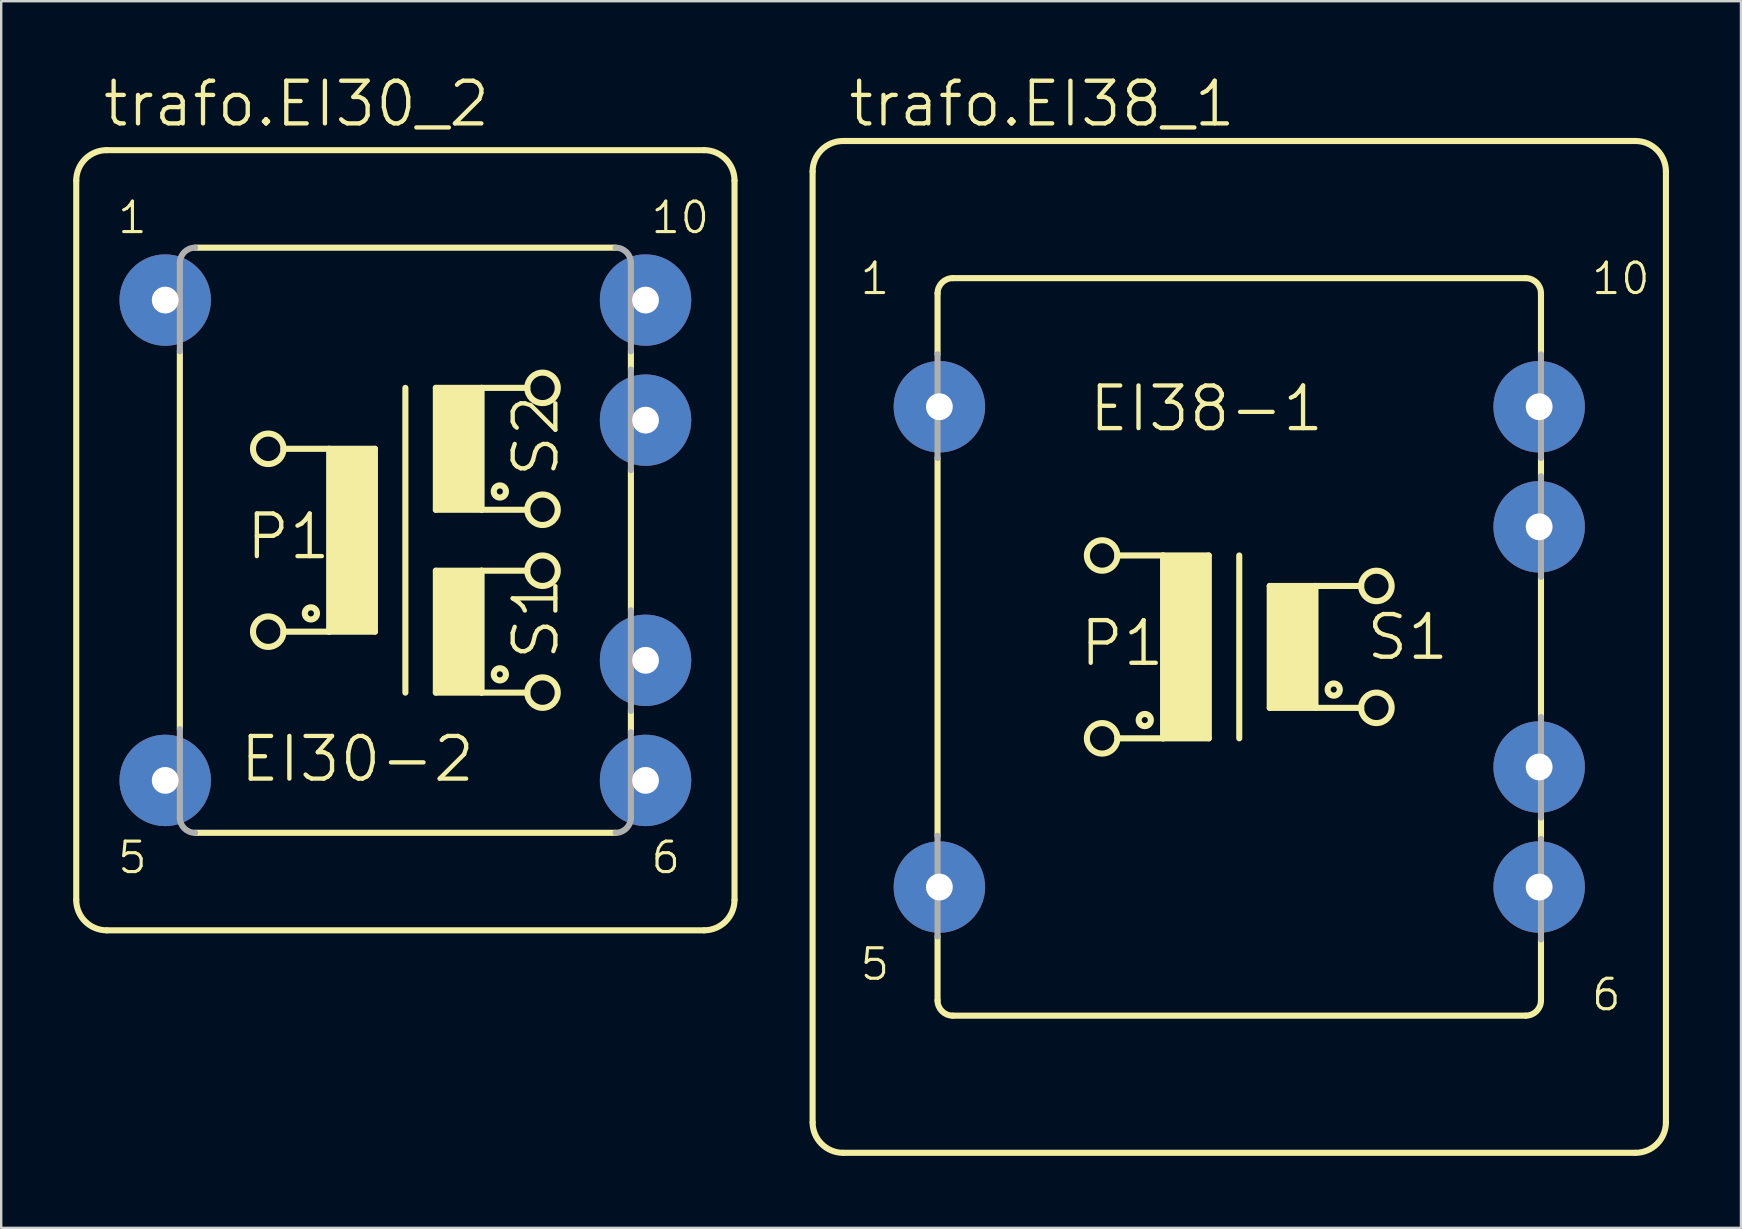
<source format=kicad_pcb>
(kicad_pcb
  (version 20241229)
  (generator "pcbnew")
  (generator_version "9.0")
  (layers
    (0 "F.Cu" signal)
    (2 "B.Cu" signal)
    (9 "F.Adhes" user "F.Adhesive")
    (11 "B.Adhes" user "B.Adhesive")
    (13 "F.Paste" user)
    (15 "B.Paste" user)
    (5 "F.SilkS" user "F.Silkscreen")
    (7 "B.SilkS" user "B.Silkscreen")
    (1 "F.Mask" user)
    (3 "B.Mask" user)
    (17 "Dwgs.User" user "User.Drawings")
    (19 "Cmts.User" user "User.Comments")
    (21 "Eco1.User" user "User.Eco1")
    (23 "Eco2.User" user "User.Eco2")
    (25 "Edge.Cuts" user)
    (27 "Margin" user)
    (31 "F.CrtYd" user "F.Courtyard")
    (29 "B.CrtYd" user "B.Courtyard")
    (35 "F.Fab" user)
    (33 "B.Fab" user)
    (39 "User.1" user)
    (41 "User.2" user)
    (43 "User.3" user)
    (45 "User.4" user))
  (footprint "trafo.EI30_2"
    (layer "F.Cu")
    (at 13.843 19.463)
    (property "Reference" "trafo.EI30_2" (at -12.7 -17.145 0) (layer "F.SilkS") (effects (font (size 1.778 1.778) (thickness 0.18)) (justify left bottom)))
    (attr through_hole)
    (fp_line (start -13.716 14.986) (end -13.716 -14.986) (stroke (width 0.254) (type default)) (layer "F.SilkS"))
    (fp_line (start -12.446 -16.256) (end 12.446 -16.256) (stroke (width 0.254) (type default)) (layer "F.SilkS"))
    (fp_line (start -9.398 7.874) (end -9.398 -7.874) (stroke (width 0.254) (type default)) (layer "F.SilkS"))
    (fp_line (start -8.763 12.192) (end 8.763 12.192) (stroke (width 0.254) (type default)) (layer "F.SilkS"))
    (fp_line (start -5.08 -3.81) (end -3.175 -3.81) (stroke (width 0.254) (type default)) (layer "F.SilkS"))
    (fp_line (start -3.175 -3.81) (end -3.175 3.81) (stroke (width 0.254) (type default)) (layer "F.SilkS"))
    (fp_line (start -3.175 -3.81) (end -1.27 -3.81) (stroke (width 0.254) (type default)) (layer "F.SilkS"))
    (fp_line (start -3.175 3.81) (end -5.08 3.81) (stroke (width 0.254) (type default)) (layer "F.SilkS"))
    (fp_line (start -1.27 -3.81) (end -1.27 3.81) (stroke (width 0.254) (type default)) (layer "F.SilkS"))
    (fp_line (start -1.27 3.81) (end -3.175 3.81) (stroke (width 0.254) (type default)) (layer "F.SilkS"))
    (fp_line (start 0 -6.35) (end 0 6.35) (stroke (width 0.254) (type default)) (layer "F.SilkS"))
    (fp_line (start 1.27 -6.35) (end 1.27 -1.27) (stroke (width 0.254) (type default)) (layer "F.SilkS"))
    (fp_line (start 1.27 -6.35) (end 3.175 -6.35) (stroke (width 0.254) (type default)) (layer "F.SilkS"))
    (fp_line (start 1.27 -1.27) (end 3.175 -1.27) (stroke (width 0.254) (type default)) (layer "F.SilkS"))
    (fp_line (start 1.27 1.27) (end 1.27 6.35) (stroke (width 0.254) (type default)) (layer "F.SilkS"))
    (fp_line (start 1.27 1.27) (end 3.175 1.27) (stroke (width 0.254) (type default)) (layer "F.SilkS"))
    (fp_line (start 1.27 6.35) (end 3.175 6.35) (stroke (width 0.254) (type default)) (layer "F.SilkS"))
    (fp_line (start 3.175 -6.35) (end 5.08 -6.35) (stroke (width 0.254) (type default)) (layer "F.SilkS"))
    (fp_line (start 3.175 -1.27) (end 3.175 -6.35) (stroke (width 0.254) (type default)) (layer "F.SilkS"))
    (fp_line (start 3.175 -1.27) (end 5.08 -1.27) (stroke (width 0.254) (type default)) (layer "F.SilkS"))
    (fp_line (start 3.175 1.27) (end 5.08 1.27) (stroke (width 0.254) (type default)) (layer "F.SilkS"))
    (fp_line (start 3.175 6.35) (end 3.175 1.27) (stroke (width 0.254) (type default)) (layer "F.SilkS"))
    (fp_line (start 3.175 6.35) (end 5.08 6.35) (stroke (width 0.254) (type default)) (layer "F.SilkS"))
    (fp_line (start 8.763 -12.192) (end -8.763 -12.192) (stroke (width 0.254) (type default)) (layer "F.SilkS"))
    (fp_line (start 9.398 -7.112) (end 9.398 -7.874) (stroke (width 0.254) (type default)) (layer "F.SilkS"))
    (fp_line (start 9.398 2.921) (end 9.398 -2.921) (stroke (width 0.254) (type default)) (layer "F.SilkS"))
    (fp_line (start 9.398 8.001) (end 9.398 7.112) (stroke (width 0.254) (type default)) (layer "F.SilkS"))
    (fp_line (start 12.446 16.256) (end -12.446 16.256) (stroke (width 0.254) (type default)) (layer "F.SilkS"))
    (fp_line (start 13.716 -14.986) (end 13.716 14.986) (stroke (width 0.254) (type default)) (layer "F.SilkS"))
    (fp_rect (start -3.175 3.81) (end -1.27 -3.81) (stroke (width 0.05) (type default)) (fill yes) (layer "F.SilkS"))
    (fp_rect (start 1.27 -1.27) (end 3.175 -6.35) (stroke (width 0.05) (type default)) (fill yes) (layer "F.SilkS"))
    (fp_rect (start 1.27 6.35) (end 3.175 1.27) (stroke (width 0.05) (type default)) (fill yes) (layer "F.SilkS"))
    (fp_arc (start -13.716 -14.986) (mid -13.344026 -15.884026) (end -12.446 -16.256) (stroke (width 0.254) (type default)) (layer "F.SilkS"))
    (fp_arc (start -12.446 16.256) (mid -13.344026 15.884026) (end -13.716 14.986) (stroke (width 0.254) (type default)) (layer "F.SilkS"))
    (fp_arc (start 12.446 -16.256) (mid 13.344026 -15.884026) (end 13.716 -14.986) (stroke (width 0.254) (type default)) (layer "F.SilkS"))
    (fp_arc (start 13.716 14.986) (mid 13.344026 15.884026) (end 12.446 16.256) (stroke (width 0.254) (type default)) (layer "F.SilkS"))
    (fp_circle (center -5.715 -3.81) (end -5.08 -3.81) (stroke (width 0.254) (type default)) (fill no) (layer "F.SilkS"))
    (fp_circle (center -5.715 3.81) (end -5.08 3.81) (stroke (width 0.254) (type default)) (fill no) (layer "F.SilkS"))
    (fp_circle (center -3.937 3.048) (end -3.683 3.048) (stroke (width 0.254) (type default)) (fill no) (layer "F.SilkS"))
    (fp_circle (center 3.937 -2.032) (end 4.191 -2.032) (stroke (width 0.254) (type default)) (fill no) (layer "F.SilkS"))
    (fp_circle (center 3.937 5.588) (end 4.191 5.588) (stroke (width 0.254) (type default)) (fill no) (layer "F.SilkS"))
    (fp_circle (center 5.715 -6.35) (end 6.35 -6.35) (stroke (width 0.254) (type default)) (fill no) (layer "F.SilkS"))
    (fp_circle (center 5.715 -1.27) (end 6.35 -1.27) (stroke (width 0.254) (type default)) (fill no) (layer "F.SilkS"))
    (fp_circle (center 5.715 1.27) (end 6.35 1.27) (stroke (width 0.254) (type default)) (fill no) (layer "F.SilkS"))
    (fp_circle (center 5.715 6.35) (end 6.35 6.35) (stroke (width 0.254) (type default)) (fill no) (layer "F.SilkS"))
    (fp_line (start -9.398 -7.874) (end -9.398 -11.557) (stroke (width 0.254) (type default)) (layer "F.Fab"))
    (fp_line (start -9.398 11.557) (end -9.398 7.874) (stroke (width 0.254) (type default)) (layer "F.Fab"))
    (fp_line (start 9.398 -11.557) (end 9.398 -7.874) (stroke (width 0.254) (type default)) (layer "F.Fab"))
    (fp_line (start 9.398 -7.112) (end 9.398 -2.921) (stroke (width 0.254) (type default)) (layer "F.Fab"))
    (fp_line (start 9.398 2.921) (end 9.398 7.112) (stroke (width 0.254) (type default)) (layer "F.Fab"))
    (fp_line (start 9.398 8.001) (end 9.398 11.557) (stroke (width 0.254) (type default)) (layer "F.Fab"))
    (fp_arc (start -9.398 -11.557) (mid -9.212013 -12.006013) (end -8.763 -12.192) (stroke (width 0.254) (type default)) (layer "F.Fab"))
    (fp_arc (start -8.763 12.192) (mid -9.212013 12.006013) (end -9.398 11.557) (stroke (width 0.254) (type default)) (layer "F.Fab"))
    (fp_arc (start 8.763 -12.192) (mid 9.212013 -12.006013) (end 9.398 -11.557) (stroke (width 0.254) (type default)) (layer "F.Fab"))
    (fp_arc (start 9.398 11.557) (mid 9.212013 12.006013) (end 8.763 12.192) (stroke (width 0.254) (type default)) (layer "F.Fab"))
    (fp_text user "P1" (at -6.731 0.889 0) (layer "F.SilkS") (effects (font (size 1.778 1.778) (thickness 0.18)) (justify left bottom)))
    (fp_text user "S1" (at 6.477 5.08 90) (layer "F.SilkS") (effects (font (size 1.778 1.778) (thickness 0.18)) (justify left bottom)))
    (fp_text user "5" (at -12.065 13.97 0) (layer "F.SilkS") (effects (font (size 1.27 1.27) (thickness 0.13)) (justify left bottom)))
    (fp_text user "1" (at -12.065 -12.7 0) (layer "F.SilkS") (effects (font (size 1.27 1.27) (thickness 0.13)) (justify left bottom)))
    (fp_text user "S2" (at 6.477 -2.54 90) (layer "F.SilkS") (effects (font (size 1.778 1.778) (thickness 0.18)) (justify left bottom)))
    (fp_text user "6" (at 10.16 13.97 0) (layer "F.SilkS") (effects (font (size 1.27 1.27) (thickness 0.13)) (justify left bottom)))
    (fp_text user "EI30-2" (at -6.985 10.16 0) (layer "F.SilkS") (effects (font (size 1.778 1.778) (thickness 0.18)) (justify left bottom)))
    (fp_text user "10" (at 10.16 -12.7 0) (layer "F.SilkS") (effects (font (size 1.27 1.27) (thickness 0.13)) (justify left bottom)))
    (pad "1" thru_hole circle (at -10.008 -10.008) (size 3.81 3.81) (drill 1.118) (layers "*.Cu" "*.Mask"))
    (pad "5" thru_hole circle (at -10.008 10.008) (size 3.81 3.81) (drill 1.118) (layers "*.Cu" "*.Mask"))
    (pad "6" thru_hole circle (at 10.008 10.008) (size 3.81 3.81) (drill 1.118) (layers "*.Cu" "*.Mask"))
    (pad "7" thru_hole circle (at 10.008 5.004) (size 3.81 3.81) (drill 1.118) (layers "*.Cu" "*.Mask"))
    (pad "9" thru_hole circle (at 10.008 -5.004) (size 3.81 3.81) (drill 1.118) (layers "*.Cu" "*.Mask"))
    (pad "10" thru_hole circle (at 10.008 -10.008) (size 3.81 3.81) (drill 1.118) (layers "*.Cu" "*.Mask")))
  (footprint "trafo.EI38_1"
    (layer "F.Cu")
    (at 48.593 23.908)
    (property "Reference" "trafo.EI38_1" (at -16.383 -21.59 0) (layer "F.SilkS") (effects (font (size 1.778 1.778) (thickness 0.18)) (justify left bottom)))
    (attr through_hole)
    (fp_line (start -17.78 19.812) (end -17.78 -19.812) (stroke (width 0.254) (type default)) (layer "F.SilkS"))
    (fp_line (start -16.51 -21.082) (end 16.51 -21.082) (stroke (width 0.254) (type default)) (layer "F.SilkS"))
    (fp_line (start -12.573 -12.192) (end -12.573 -14.732) (stroke (width 0.254) (type default)) (layer "F.SilkS"))
    (fp_line (start -12.573 7.874) (end -12.573 -7.874) (stroke (width 0.254) (type default)) (layer "F.SilkS"))
    (fp_line (start -12.573 14.732) (end -12.573 12.065) (stroke (width 0.254) (type default)) (layer "F.SilkS"))
    (fp_line (start -11.938 15.367) (end 11.938 15.367) (stroke (width 0.254) (type default)) (layer "F.SilkS"))
    (fp_line (start -5.08 -3.81) (end -3.175 -3.81) (stroke (width 0.254) (type default)) (layer "F.SilkS"))
    (fp_line (start -3.175 -3.81) (end -3.175 3.81) (stroke (width 0.254) (type default)) (layer "F.SilkS"))
    (fp_line (start -3.175 -3.81) (end -1.27 -3.81) (stroke (width 0.254) (type default)) (layer "F.SilkS"))
    (fp_line (start -3.175 3.81) (end -5.08 3.81) (stroke (width 0.254) (type default)) (layer "F.SilkS"))
    (fp_line (start -1.27 -3.81) (end -1.27 3.81) (stroke (width 0.254) (type default)) (layer "F.SilkS"))
    (fp_line (start -1.27 3.81) (end -3.175 3.81) (stroke (width 0.254) (type default)) (layer "F.SilkS"))
    (fp_line (start 0 -3.81) (end 0 3.81) (stroke (width 0.254) (type default)) (layer "F.SilkS"))
    (fp_line (start 1.27 -2.54) (end 1.27 2.54) (stroke (width 0.254) (type default)) (layer "F.SilkS"))
    (fp_line (start 1.27 -2.54) (end 3.175 -2.54) (stroke (width 0.254) (type default)) (layer "F.SilkS"))
    (fp_line (start 1.27 2.54) (end 3.175 2.54) (stroke (width 0.254) (type default)) (layer "F.SilkS"))
    (fp_line (start 3.175 -2.54) (end 5.08 -2.54) (stroke (width 0.254) (type default)) (layer "F.SilkS"))
    (fp_line (start 3.175 2.54) (end 3.175 -2.54) (stroke (width 0.254) (type default)) (layer "F.SilkS"))
    (fp_line (start 3.175 2.54) (end 5.08 2.54) (stroke (width 0.254) (type default)) (layer "F.SilkS"))
    (fp_line (start 11.938 -15.367) (end -11.938 -15.367) (stroke (width 0.254) (type default)) (layer "F.SilkS"))
    (fp_line (start 12.573 -12.192) (end 12.573 -14.732) (stroke (width 0.254) (type default)) (layer "F.SilkS"))
    (fp_line (start 12.573 -7.112) (end 12.573 -7.874) (stroke (width 0.254) (type default)) (layer "F.SilkS"))
    (fp_line (start 12.573 2.921) (end 12.573 -2.921) (stroke (width 0.254) (type default)) (layer "F.SilkS"))
    (fp_line (start 12.573 8.001) (end 12.573 7.112) (stroke (width 0.254) (type default)) (layer "F.SilkS"))
    (fp_line (start 12.573 14.732) (end 12.573 12.192) (stroke (width 0.254) (type default)) (layer "F.SilkS"))
    (fp_line (start 16.51 21.082) (end -16.51 21.082) (stroke (width 0.254) (type default)) (layer "F.SilkS"))
    (fp_line (start 17.78 -19.812) (end 17.78 19.812) (stroke (width 0.254) (type default)) (layer "F.SilkS"))
    (fp_rect (start -3.175 3.81) (end -1.27 -3.81) (stroke (width 0.05) (type default)) (fill yes) (layer "F.SilkS"))
    (fp_rect (start 1.27 2.54) (end 3.175 -2.54) (stroke (width 0.05) (type default)) (fill yes) (layer "F.SilkS"))
    (fp_arc (start -17.78 -19.812) (mid -17.408026 -20.710026) (end -16.51 -21.082) (stroke (width 0.254) (type default)) (layer "F.SilkS"))
    (fp_arc (start -16.51 21.082) (mid -17.408026 20.710026) (end -17.78 19.812) (stroke (width 0.254) (type default)) (layer "F.SilkS"))
    (fp_arc (start -12.573 -14.732) (mid -12.387013 -15.181013) (end -11.938 -15.367) (stroke (width 0.254) (type default)) (layer "F.SilkS"))
    (fp_arc (start -11.938 15.367) (mid -12.387013 15.181013) (end -12.573 14.732) (stroke (width 0.254) (type default)) (layer "F.SilkS"))
    (fp_arc (start 11.938 -15.367) (mid 12.387013 -15.181013) (end 12.573 -14.732) (stroke (width 0.254) (type default)) (layer "F.SilkS"))
    (fp_arc (start 12.573 14.732) (mid 12.387013 15.181013) (end 11.938 15.367) (stroke (width 0.254) (type default)) (layer "F.SilkS"))
    (fp_arc (start 16.51 -21.082) (mid 17.408026 -20.710026) (end 17.78 -19.812) (stroke (width 0.254) (type default)) (layer "F.SilkS"))
    (fp_arc (start 17.78 19.812) (mid 17.408026 20.710026) (end 16.51 21.082) (stroke (width 0.254) (type default)) (layer "F.SilkS"))
    (fp_circle (center -5.715 -3.81) (end -5.08 -3.81) (stroke (width 0.254) (type default)) (fill no) (layer "F.SilkS"))
    (fp_circle (center -5.715 3.81) (end -5.08 3.81) (stroke (width 0.254) (type default)) (fill no) (layer "F.SilkS"))
    (fp_circle (center -3.937 3.048) (end -3.683 3.048) (stroke (width 0.254) (type default)) (fill no) (layer "F.SilkS"))
    (fp_circle (center 3.937 1.778) (end 4.191 1.778) (stroke (width 0.254) (type default)) (fill no) (layer "F.SilkS"))
    (fp_circle (center 5.715 -2.54) (end 6.35 -2.54) (stroke (width 0.254) (type default)) (fill no) (layer "F.SilkS"))
    (fp_circle (center 5.715 2.54) (end 6.35 2.54) (stroke (width 0.254) (type default)) (fill no) (layer "F.SilkS"))
    (fp_line (start -12.573 -7.874) (end -12.573 -12.192) (stroke (width 0.254) (type default)) (layer "F.Fab"))
    (fp_line (start -12.573 12.065) (end -12.573 7.874) (stroke (width 0.254) (type default)) (layer "F.Fab"))
    (fp_line (start 12.573 -12.192) (end 12.573 -7.874) (stroke (width 0.254) (type default)) (layer "F.Fab"))
    (fp_line (start 12.573 -7.112) (end 12.573 -2.921) (stroke (width 0.254) (type default)) (layer "F.Fab"))
    (fp_line (start 12.573 2.921) (end 12.573 7.112) (stroke (width 0.254) (type default)) (layer "F.Fab"))
    (fp_line (start 12.573 8.001) (end 12.573 12.192) (stroke (width 0.254) (type default)) (layer "F.Fab"))
    (fp_text user "6" (at 14.605 15.24 0) (layer "F.SilkS") (effects (font (size 1.27 1.27) (thickness 0.13)) (justify left bottom)))
    (fp_text user "1" (at -15.875 -14.605 0) (layer "F.SilkS") (effects (font (size 1.27 1.27) (thickness 0.13)) (justify left bottom)))
    (fp_text user "EI38-1" (at -6.35 -8.89 0) (layer "F.SilkS") (effects (font (size 1.778 1.778) (thickness 0.18)) (justify left bottom)))
    (fp_text user "5" (at -15.875 13.97 0) (layer "F.SilkS") (effects (font (size 1.27 1.27) (thickness 0.13)) (justify left bottom)))
    (fp_text user "P1" (at -6.731 0.889 0) (layer "F.SilkS") (effects (font (size 1.778 1.778) (thickness 0.18)) (justify left bottom)))
    (fp_text user "10" (at 14.605 -14.605 0) (layer "F.SilkS") (effects (font (size 1.27 1.27) (thickness 0.13)) (justify left bottom)))
    (fp_text user "S1" (at 5.207 0.635 0) (layer "F.SilkS") (effects (font (size 1.778 1.778) (thickness 0.18)) (justify left bottom)))
    (pad "1" thru_hole circle (at -12.497 -10.008) (size 3.81 3.81) (drill 1.118) (layers "*.Cu" "*.Mask"))
    (pad "5" thru_hole circle (at -12.497 10.008) (size 3.81 3.81) (drill 1.118) (layers "*.Cu" "*.Mask"))
    (pad "6" thru_hole circle (at 12.497 10.008) (size 3.81 3.81) (drill 1.118) (layers "*.Cu" "*.Mask"))
    (pad "7" thru_hole circle (at 12.497 5.004) (size 3.81 3.81) (drill 1.118) (layers "*.Cu" "*.Mask"))
    (pad "9" thru_hole circle (at 12.497 -5.004) (size 3.81 3.81) (drill 1.118) (layers "*.Cu" "*.Mask"))
    (pad "10" thru_hole circle (at 12.497 -10.008) (size 3.81 3.81) (drill 1.118) (layers "*.Cu" "*.Mask")))
  (gr_rect
    (start -3 -3)
    (end 69.5 48.117)
    (stroke (width 0.1) (type default))
    (fill no)
    (layer "Edge.Cuts")))
</source>
